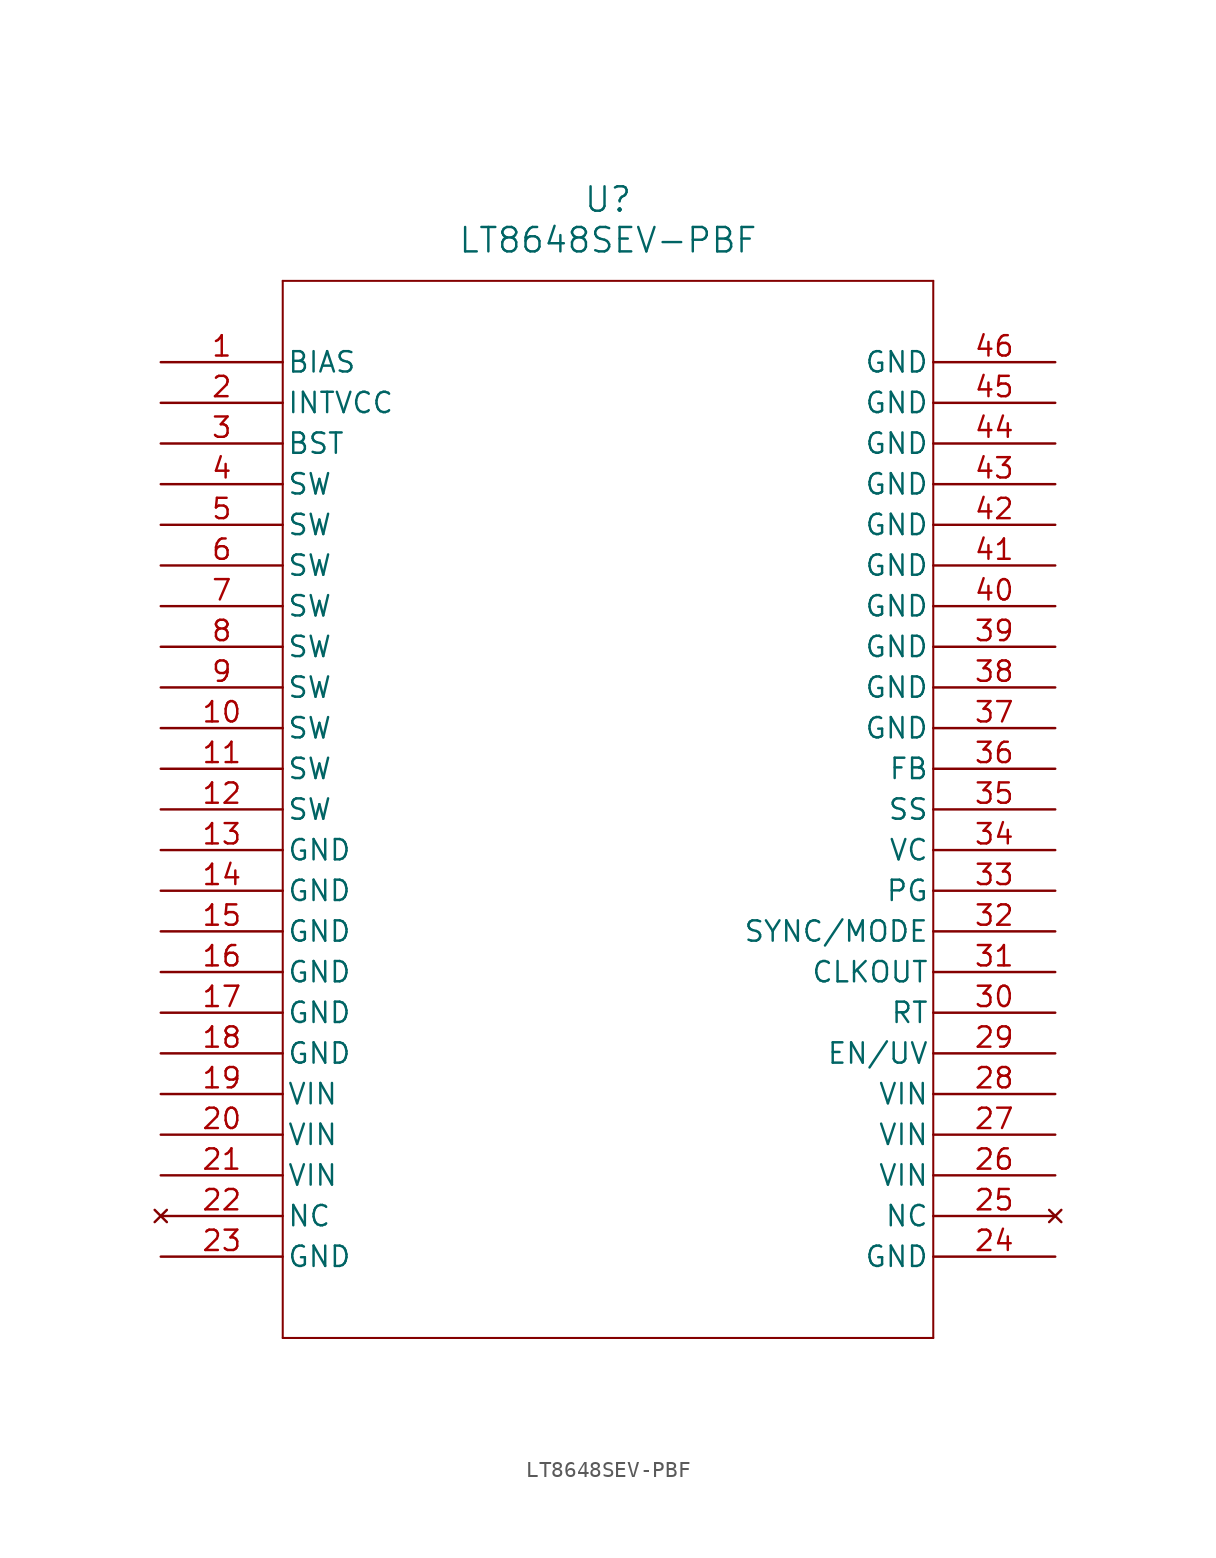
<source format=kicad_sym>
(kicad_symbol_lib
  (version 20211014)
  (generator kicad_symbol_editor)
  (symbol "LT8648SEV-PBF"
    (pin_names
      (offset 0.254))
    (property "Reference" "U"
      (at 27.94 10.16 0)
      (effects (font (size 1.524 1.524))))
    (property "Value" "LT8648SEV-PBF"
      (at 27.94 7.62 0)
      (effects (font (size 1.524 1.524))))
    (symbol "LT8648SEV-PBF_0_1"
      (polyline (pts (xy 7.62 5.08) (xy 7.62 -60.96)) (stroke (width 0.127) (type default) (color 0 0 0 0)) (fill (type none)))
      (polyline (pts (xy 7.62 -60.96) (xy 48.26 -60.96)) (stroke (width 0.127) (type default) (color 0 0 0 0)) (fill (type none)))
      (polyline (pts (xy 48.26 -60.96) (xy 48.26 5.08)) (stroke (width 0.127) (type default) (color 0 0 0 0)) (fill (type none)))
      (polyline (pts (xy 48.26 5.08) (xy 7.62 5.08)) (stroke (width 0.127) (type default) (color 0 0 0 0)) (fill (type none)))
      (pin power_in line (at 0 0 0) (length 7.62) (name "BIAS" (effects (font (size 1.27 1.27)))) (number "1" (effects (font (size 1.27 1.27)))))
      (pin power_in line (at 0 -2.54 0) (length 7.62) (name "INTVCC" (effects (font (size 1.27 1.27)))) (number "2" (effects (font (size 1.27 1.27)))))
      (pin power_in line (at 0 -5.08 0) (length 7.62) (name "BST" (effects (font (size 1.27 1.27)))) (number "3" (effects (font (size 1.27 1.27)))))
      (pin power_in line (at 0 -7.62 0) (length 7.62) (name "SW" (effects (font (size 1.27 1.27)))) (number "4" (effects (font (size 1.27 1.27)))))
      (pin power_in line (at 0 -10.16 0) (length 7.62) (name "SW" (effects (font (size 1.27 1.27)))) (number "5" (effects (font (size 1.27 1.27)))))
      (pin power_in line (at 0 -12.7 0) (length 7.62) (name "SW" (effects (font (size 1.27 1.27)))) (number "6" (effects (font (size 1.27 1.27)))))
      (pin power_in line (at 0 -15.24 0) (length 7.62) (name "SW" (effects (font (size 1.27 1.27)))) (number "7" (effects (font (size 1.27 1.27)))))
      (pin power_in line (at 0 -17.78 0) (length 7.62) (name "SW" (effects (font (size 1.27 1.27)))) (number "8" (effects (font (size 1.27 1.27)))))
      (pin power_in line (at 0 -20.32 0) (length 7.62) (name "SW" (effects (font (size 1.27 1.27)))) (number "9" (effects (font (size 1.27 1.27)))))
      (pin power_in line (at 0 -22.86 0) (length 7.62) (name "SW" (effects (font (size 1.27 1.27)))) (number "10" (effects (font (size 1.27 1.27)))))
      (pin power_in line (at 0 -25.4 0) (length 7.62) (name "SW" (effects (font (size 1.27 1.27)))) (number "11" (effects (font (size 1.27 1.27)))))
      (pin power_in line (at 0 -27.94 0) (length 7.62) (name "SW" (effects (font (size 1.27 1.27)))) (number "12" (effects (font (size 1.27 1.27)))))
      (pin power_out line (at 0 -30.48 0) (length 7.62) (name "GND" (effects (font (size 1.27 1.27)))) (number "13" (effects (font (size 1.27 1.27)))))
      (pin power_out line (at 0 -33.02 0) (length 7.62) (name "GND" (effects (font (size 1.27 1.27)))) (number "14" (effects (font (size 1.27 1.27)))))
      (pin power_out line (at 0 -35.56 0) (length 7.62) (name "GND" (effects (font (size 1.27 1.27)))) (number "15" (effects (font (size 1.27 1.27)))))
      (pin power_out line (at 0 -38.1 0) (length 7.62) (name "GND" (effects (font (size 1.27 1.27)))) (number "16" (effects (font (size 1.27 1.27)))))
      (pin power_out line (at 0 -40.64 0) (length 7.62) (name "GND" (effects (font (size 1.27 1.27)))) (number "17" (effects (font (size 1.27 1.27)))))
      (pin power_out line (at 0 -43.18 0) (length 7.62) (name "GND" (effects (font (size 1.27 1.27)))) (number "18" (effects (font (size 1.27 1.27)))))
      (pin power_in line (at 0 -45.72 0) (length 7.62) (name "VIN" (effects (font (size 1.27 1.27)))) (number "19" (effects (font (size 1.27 1.27)))))
      (pin power_in line (at 0 -48.26 0) (length 7.62) (name "VIN" (effects (font (size 1.27 1.27)))) (number "20" (effects (font (size 1.27 1.27)))))
      (pin power_in line (at 0 -50.8 0) (length 7.62) (name "VIN" (effects (font (size 1.27 1.27)))) (number "21" (effects (font (size 1.27 1.27)))))
      (pin no_connect line (at 0 -53.34 0) (length 7.62) (name "NC" (effects (font (size 1.27 1.27)))) (number "22" (effects (font (size 1.27 1.27)))))
      (pin power_out line (at 0 -55.88 0) (length 7.62) (name "GND" (effects (font (size 1.27 1.27)))) (number "23" (effects (font (size 1.27 1.27)))))
      (pin power_out line (at 55.88 -55.88 180) (length 7.62) (name "GND" (effects (font (size 1.27 1.27)))) (number "24" (effects (font (size 1.27 1.27)))))
      (pin no_connect line (at 55.88 -53.34 180) (length 7.62) (name "NC" (effects (font (size 1.27 1.27)))) (number "25" (effects (font (size 1.27 1.27)))))
      (pin power_in line (at 55.88 -50.8 180) (length 7.62) (name "VIN" (effects (font (size 1.27 1.27)))) (number "26" (effects (font (size 1.27 1.27)))))
      (pin power_in line (at 55.88 -48.26 180) (length 7.62) (name "VIN" (effects (font (size 1.27 1.27)))) (number "27" (effects (font (size 1.27 1.27)))))
      (pin power_in line (at 55.88 -45.72 180) (length 7.62) (name "VIN" (effects (font (size 1.27 1.27)))) (number "28" (effects (font (size 1.27 1.27)))))
      (pin unspecified line (at 55.88 -43.18 180) (length 7.62) (name "EN/UV" (effects (font (size 1.27 1.27)))) (number "29" (effects (font (size 1.27 1.27)))))
      (pin unspecified line (at 55.88 -40.64 180) (length 7.62) (name "RT" (effects (font (size 1.27 1.27)))) (number "30" (effects (font (size 1.27 1.27)))))
      (pin output line (at 55.88 -38.1 180) (length 7.62) (name "CLKOUT" (effects (font (size 1.27 1.27)))) (number "31" (effects (font (size 1.27 1.27)))))
      (pin unspecified line (at 55.88 -35.56 180) (length 7.62) (name "SYNC/MODE" (effects (font (size 1.27 1.27)))) (number "32" (effects (font (size 1.27 1.27)))))
      (pin output line (at 55.88 -33.02 180) (length 7.62) (name "PG" (effects (font (size 1.27 1.27)))) (number "33" (effects (font (size 1.27 1.27)))))
      (pin output line (at 55.88 -30.48 180) (length 7.62) (name "VC" (effects (font (size 1.27 1.27)))) (number "34" (effects (font (size 1.27 1.27)))))
      (pin unspecified line (at 55.88 -27.94 180) (length 7.62) (name "SS" (effects (font (size 1.27 1.27)))) (number "35" (effects (font (size 1.27 1.27)))))
      (pin unspecified line (at 55.88 -25.4 180) (length 7.62) (name "FB" (effects (font (size 1.27 1.27)))) (number "36" (effects (font (size 1.27 1.27)))))
      (pin power_out line (at 55.88 -22.86 180) (length 7.62) (name "GND" (effects (font (size 1.27 1.27)))) (number "37" (effects (font (size 1.27 1.27)))))
      (pin power_out line (at 55.88 -20.32 180) (length 7.62) (name "GND" (effects (font (size 1.27 1.27)))) (number "38" (effects (font (size 1.27 1.27)))))
      (pin power_out line (at 55.88 -17.78 180) (length 7.62) (name "GND" (effects (font (size 1.27 1.27)))) (number "39" (effects (font (size 1.27 1.27)))))
      (pin power_out line (at 55.88 -15.24 180) (length 7.62) (name "GND" (effects (font (size 1.27 1.27)))) (number "40" (effects (font (size 1.27 1.27)))))
      (pin power_out line (at 55.88 -12.7 180) (length 7.62) (name "GND" (effects (font (size 1.27 1.27)))) (number "41" (effects (font (size 1.27 1.27)))))
      (pin power_out line (at 55.88 -10.16 180) (length 7.62) (name "GND" (effects (font (size 1.27 1.27)))) (number "42" (effects (font (size 1.27 1.27)))))
      (pin power_out line (at 55.88 -7.62 180) (length 7.62) (name "GND" (effects (font (size 1.27 1.27)))) (number "43" (effects (font (size 1.27 1.27)))))
      (pin power_out line (at 55.88 -5.08 180) (length 7.62) (name "GND" (effects (font (size 1.27 1.27)))) (number "44" (effects (font (size 1.27 1.27)))))
      (pin power_out line (at 55.88 -2.54 180) (length 7.62) (name "GND" (effects (font (size 1.27 1.27)))) (number "45" (effects (font (size 1.27 1.27)))))
      (pin power_out line (at 55.88 0 180) (length 7.62) (name "GND" (effects (font (size 1.27 1.27)))) (number "46" (effects (font (size 1.27 1.27))))))))
</source>
